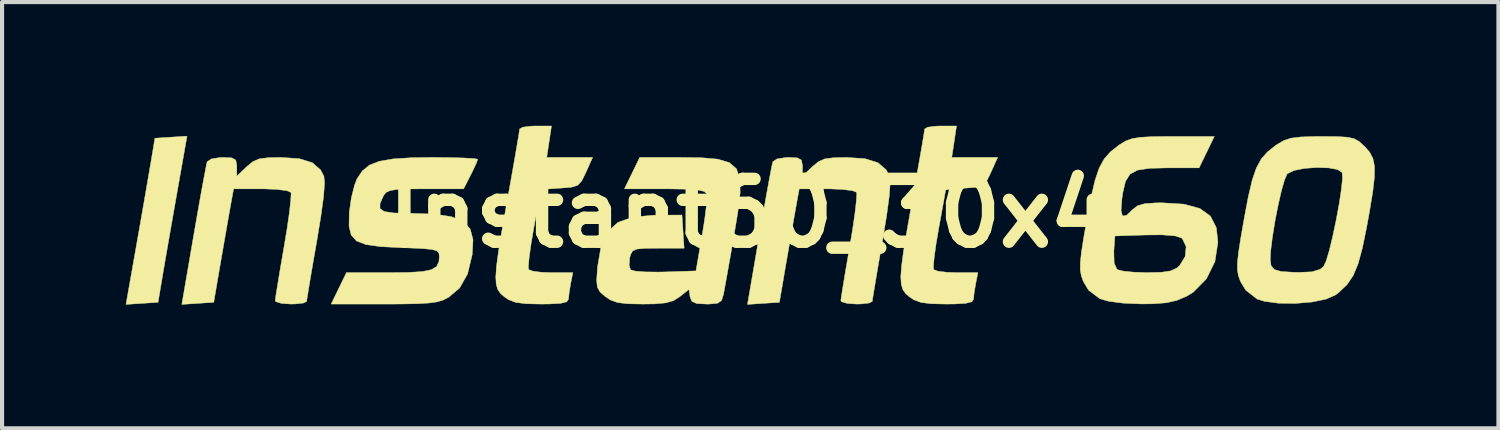
<source format=kicad_pcb>
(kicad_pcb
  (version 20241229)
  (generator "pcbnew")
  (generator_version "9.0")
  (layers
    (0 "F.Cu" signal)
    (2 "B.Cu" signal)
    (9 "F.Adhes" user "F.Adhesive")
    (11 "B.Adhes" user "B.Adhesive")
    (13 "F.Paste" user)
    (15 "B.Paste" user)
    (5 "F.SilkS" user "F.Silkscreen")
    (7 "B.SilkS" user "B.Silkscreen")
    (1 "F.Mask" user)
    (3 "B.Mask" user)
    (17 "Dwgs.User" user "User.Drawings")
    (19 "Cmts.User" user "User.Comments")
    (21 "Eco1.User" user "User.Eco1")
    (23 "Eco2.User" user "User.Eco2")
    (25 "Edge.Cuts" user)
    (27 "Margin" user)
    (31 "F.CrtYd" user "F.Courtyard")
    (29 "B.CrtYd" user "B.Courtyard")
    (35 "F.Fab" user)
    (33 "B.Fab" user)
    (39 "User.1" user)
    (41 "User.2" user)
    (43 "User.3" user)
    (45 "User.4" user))
  (footprint "Instant60_30x4"
    (layer "F.Cu")
    (at 15.138 2.122)
    (property "Reference" "Instant60_30x4" (at 0 0 0) (layer "F.SilkS") (effects (font (size 1.524 1.524) (thickness 0.3))))
    (attr through_hole)
    (fp_poly (pts (xy -13.897 -0.491) (xy -13.989 0.032) (xy -14.08 0.551) (xy -14.162 1.021) (xy -14.226 1.394) (xy -14.248 1.524) (xy -14.355 2.159) (xy -14.744 2.184) (xy -15.133 2.21) (xy -14.889 0.83) (xy -14.797 0.307) (xy -14.706 -0.213) (xy -14.625 -0.682) (xy -14.561 -1.055) (xy -14.538 -1.185) (xy -14.432 -1.82) (xy -14.042 -1.846) (xy -13.653 -1.871) (xy -13.897 -0.491)) (stroke (width 0.01) (type solid)) (fill yes) (layer "F.SilkS"))
    (fp_poly (pts (xy -4.873 -1.736) (xy -4.93 -1.355) (xy -3.818 -1.355) (xy -3.979 -0.995) (xy -4.079 -0.789) (xy -4.179 -0.679) (xy -4.336 -0.631) (xy -4.604 -0.61) (xy -4.61 -0.61) (xy -4.866 -0.592) (xy -5.037 -0.574) (xy -5.08 -0.562) (xy -5.094 -0.476) (xy -5.133 -0.257) (xy -5.19 0.059) (xy -5.248 0.375) (xy -5.312 0.752) (xy -5.356 1.068) (xy -5.376 1.285) (xy -5.37 1.365) (xy -5.267 1.404) (xy -5.047 1.431) (xy -4.81 1.439) (xy -4.297 1.439) (xy -4.35 1.704) (xy -4.387 1.928) (xy -4.403 2.085) (xy -4.445 2.146) (xy -4.589 2.183) (xy -4.862 2.199) (xy -5.069 2.201) (xy -5.435 2.193) (xy -5.68 2.161) (xy -5.854 2.096) (xy -5.958 2.026) (xy -6.051 1.944) (xy -6.117 1.85) (xy -6.156 1.723) (xy -6.166 1.541) (xy -6.148 1.284) (xy -6.101 0.93) (xy -6.024 0.457) (xy -5.915 -0.156) (xy -5.884 -0.331) (xy -5.793 -0.839) (xy -5.713 -1.291) (xy -5.65 -1.659) (xy -5.606 -1.918) (xy -5.588 -2.04) (xy -5.588 -2.045) (xy -5.512 -2.088) (xy -5.32 -2.113) (xy -5.202 -2.117) (xy -4.816 -2.117) (xy -4.873 -1.736)) (stroke (width 0.01) (type solid)) (fill yes) (layer "F.SilkS"))
    (fp_poly (pts (xy 4.949 -1.736) (xy 4.891 -1.355) (xy 6.003 -1.355) (xy 5.842 -0.995) (xy 5.742 -0.789) (xy 5.642 -0.679) (xy 5.486 -0.631) (xy 5.217 -0.61) (xy 5.211 -0.61) (xy 4.955 -0.592) (xy 4.784 -0.574) (xy 4.741 -0.562) (xy 4.727 -0.476) (xy 4.688 -0.257) (xy 4.631 0.059) (xy 4.573 0.375) (xy 4.509 0.752) (xy 4.465 1.068) (xy 4.446 1.285) (xy 4.451 1.365) (xy 4.554 1.404) (xy 4.775 1.431) (xy 5.011 1.439) (xy 5.524 1.439) (xy 5.472 1.704) (xy 5.434 1.928) (xy 5.419 2.085) (xy 5.376 2.146) (xy 5.232 2.183) (xy 4.96 2.199) (xy 4.753 2.201) (xy 4.387 2.193) (xy 4.141 2.161) (xy 3.968 2.096) (xy 3.864 2.026) (xy 3.771 1.944) (xy 3.705 1.85) (xy 3.666 1.723) (xy 3.655 1.541) (xy 3.673 1.284) (xy 3.72 0.93) (xy 3.798 0.457) (xy 3.906 -0.156) (xy 3.937 -0.331) (xy 4.028 -0.839) (xy 4.108 -1.291) (xy 4.172 -1.659) (xy 4.215 -1.918) (xy 4.233 -2.04) (xy 4.233 -2.045) (xy 4.309 -2.088) (xy 4.501 -2.113) (xy 4.62 -2.117) (xy 5.006 -2.117) (xy 4.949 -1.736)) (stroke (width 0.01) (type solid)) (fill yes) (layer "F.SilkS"))
    (fp_poly (pts (xy -10.931 -1.325) (xy -10.617 -1.228) (xy -10.415 -1.054) (xy -10.333 -0.898) (xy -10.318 -0.727) (xy -10.343 -0.401) (xy -10.407 0.071) (xy -10.507 0.68) (xy -10.507 0.681) (xy -10.589 1.148) (xy -10.659 1.556) (xy -10.712 1.876) (xy -10.745 2.08) (xy -10.753 2.138) (xy -10.828 2.176) (xy -11.02 2.198) (xy -11.134 2.201) (xy -11.361 2.185) (xy -11.497 2.144) (xy -11.515 2.12) (xy -11.501 2.012) (xy -11.462 1.769) (xy -11.405 1.422) (xy -11.333 1.003) (xy -11.299 0.806) (xy -11.226 0.366) (xy -11.171 -0.016) (xy -11.138 -0.309) (xy -11.129 -0.481) (xy -11.135 -0.51) (xy -11.238 -0.549) (xy -11.466 -0.578) (xy -11.774 -0.592) (xy -11.854 -0.593) (xy -12.523 -0.593) (xy -12.574 -0.318) (xy -12.608 -0.13) (xy -12.663 0.182) (xy -12.732 0.577) (xy -12.808 1.014) (xy -12.816 1.058) (xy -13.005 2.159) (xy -13.392 2.184) (xy -13.779 2.21) (xy -13.491 0.533) (xy -13.401 0.016) (xy -13.319 -0.447) (xy -13.249 -0.829) (xy -13.197 -1.102) (xy -13.168 -1.241) (xy -13.166 -1.249) (xy -13.062 -1.319) (xy -12.846 -1.353) (xy -12.787 -1.355) (xy -12.569 -1.344) (xy -12.471 -1.291) (xy -12.446 -1.163) (xy -12.446 -1.127) (xy -12.446 -0.9) (xy -12.209 -1.127) (xy -12.061 -1.25) (xy -11.906 -1.319) (xy -11.687 -1.348) (xy -11.381 -1.355) (xy -10.931 -1.325)) (stroke (width 0.01) (type solid)) (fill yes) (layer "F.SilkS"))
    (fp_poly (pts (xy 2.785 -1.325) (xy 3.099 -1.228) (xy 3.301 -1.054) (xy 3.383 -0.898) (xy 3.398 -0.727) (xy 3.373 -0.401) (xy 3.309 0.071) (xy 3.209 0.68) (xy 3.209 0.681) (xy 3.127 1.148) (xy 3.057 1.556) (xy 3.004 1.876) (xy 2.971 2.08) (xy 2.963 2.138) (xy 2.888 2.176) (xy 2.696 2.198) (xy 2.582 2.201) (xy 2.355 2.185) (xy 2.219 2.144) (xy 2.201 2.12) (xy 2.215 2.012) (xy 2.254 1.769) (xy 2.311 1.422) (xy 2.383 1.003) (xy 2.417 0.806) (xy 2.49 0.366) (xy 2.545 -0.016) (xy 2.578 -0.309) (xy 2.587 -0.481) (xy 2.581 -0.51) (xy 2.478 -0.549) (xy 2.25 -0.578) (xy 1.942 -0.592) (xy 1.862 -0.593) (xy 1.193 -0.593) (xy 1.142 -0.318) (xy 1.108 -0.13) (xy 1.053 0.182) (xy 0.984 0.577) (xy 0.908 1.014) (xy 0.9 1.058) (xy 0.711 2.159) (xy 0.324 2.184) (xy -0.063 2.21) (xy 0.225 0.533) (xy 0.315 0.016) (xy 0.397 -0.447) (xy 0.467 -0.829) (xy 0.519 -1.102) (xy 0.548 -1.241) (xy 0.55 -1.249) (xy 0.654 -1.319) (xy 0.87 -1.353) (xy 0.929 -1.355) (xy 1.147 -1.344) (xy 1.245 -1.291) (xy 1.27 -1.163) (xy 1.27 -1.127) (xy 1.27 -0.9) (xy 1.507 -1.127) (xy 1.655 -1.25) (xy 1.81 -1.319) (xy 2.029 -1.348) (xy 2.335 -1.355) (xy 2.785 -1.325)) (stroke (width 0.01) (type solid)) (fill yes) (layer "F.SilkS"))
    (fp_poly (pts (xy -7.297 -1.351) (xy -6.956 -1.342) (xy -6.716 -1.329) (xy -6.607 -1.312) (xy -6.604 -1.309) (xy -6.639 -1.212) (xy -6.728 -1.022) (xy -6.775 -0.928) (xy -6.946 -0.593) (xy -7.873 -0.593) (xy -8.285 -0.59) (xy -8.56 -0.578) (xy -8.73 -0.551) (xy -8.828 -0.505) (xy -8.884 -0.434) (xy -8.887 -0.429) (xy -8.973 -0.239) (xy -8.974 -0.114) (xy -8.869 -0.042) (xy -8.638 -0.008) (xy -8.259 0.000439) (xy -8.234 0.000472) (xy -7.663 0.019) (xy -7.243 0.082) (xy -6.956 0.199) (xy -6.786 0.381) (xy -6.718 0.64) (xy -6.736 0.987) (xy -6.739 1.006) (xy -6.851 1.473) (xy -7.043 1.811) (xy -7.307 2.035) (xy -7.431 2.1) (xy -7.579 2.146) (xy -7.78 2.175) (xy -8.066 2.192) (xy -8.466 2.2) (xy -8.868 2.201) (xy -10.158 2.201) (xy -9.788 1.439) (xy -8.763 1.439) (xy -8.28 1.434) (xy -7.942 1.412) (xy -7.723 1.366) (xy -7.599 1.288) (xy -7.545 1.171) (xy -7.535 1.051) (xy -7.544 0.969) (xy -7.59 0.914) (xy -7.704 0.879) (xy -7.913 0.857) (xy -8.249 0.841) (xy -8.459 0.834) (xy -8.959 0.808) (xy -9.313 0.759) (xy -9.543 0.671) (xy -9.672 0.528) (xy -9.724 0.315) (xy -9.72 0.015) (xy -9.715 -0.046) (xy -9.668 -0.378) (xy -9.59 -0.685) (xy -9.531 -0.836) (xy -9.403 -1.027) (xy -9.231 -1.167) (xy -8.988 -1.262) (xy -8.649 -1.32) (xy -8.187 -1.349) (xy -7.707 -1.355) (xy -7.297 -1.351)) (stroke (width 0.01) (type solid)) (fill yes) (layer "F.SilkS"))
    (fp_poly (pts (xy -1.186 -1.348) (xy -0.784 -1.313) (xy -0.504 -1.23) (xy -0.33 -1.08) (xy -0.247 -0.841) (xy -0.241 -0.494) (xy -0.298 -0.018) (xy -0.383 0.494) (xy -0.462 0.951) (xy -0.536 1.367) (xy -0.596 1.702) (xy -0.636 1.922) (xy -0.645 1.968) (xy -0.691 2.115) (xy -0.788 2.182) (xy -0.989 2.201) (xy -1.059 2.201) (xy -1.296 2.188) (xy -1.413 2.134) (xy -1.455 2.024) (xy -1.482 1.846) (xy -1.707 2.024) (xy -1.856 2.118) (xy -2.042 2.172) (xy -2.311 2.197) (xy -2.605 2.201) (xy -2.969 2.194) (xy -3.214 2.164) (xy -3.387 2.101) (xy -3.513 2.017) (xy -3.639 1.907) (xy -3.703 1.795) (xy -3.72 1.629) (xy -3.702 1.356) (xy -3.696 1.286) (xy -3.613 0.798) (xy -3.454 0.448) (xy -3.201 0.218) (xy -2.833 0.09) (xy -2.33 0.046) (xy -2.295 0.046) (xy -1.651 0.042) (xy -1.625 0.445) (xy -1.599 0.847) (xy -2.23 0.847) (xy -2.553 0.85) (xy -2.745 0.868) (xy -2.847 0.913) (xy -2.896 0.999) (xy -2.917 1.071) (xy -2.933 1.262) (xy -2.897 1.37) (xy -2.783 1.402) (xy -2.543 1.421) (xy -2.221 1.425) (xy -2.067 1.422) (xy -1.312 1.397) (xy -1.16 0.518) (xy -1.1 0.142) (xy -1.06 -0.177) (xy -1.045 -0.399) (xy -1.051 -0.477) (xy -1.114 -0.53) (xy -1.269 -0.565) (xy -1.54 -0.585) (xy -1.952 -0.592) (xy -2.071 -0.593) (xy -3.046 -0.593) (xy -2.676 -1.355) (xy -1.723 -1.355) (xy -1.186 -1.348)) (stroke (width 0.01) (type solid)) (fill yes) (layer "F.SilkS"))
    (fp_poly (pts (xy 10.888 -1.101) (xy 10.114 -1.101) (xy 9.686 -1.091) (xy 9.396 -1.047) (xy 9.212 -0.948) (xy 9.103 -0.773) (xy 9.039 -0.501) (xy 9.018 -0.36) (xy 8.996 -0.07) (xy 9.03 0.065) (xy 9.127 0.05) (xy 9.271 -0.085) (xy 9.392 -0.181) (xy 9.567 -0.233) (xy 9.845 -0.253) (xy 9.991 -0.254) (xy 10.521 -0.222) (xy 10.907 -0.117) (xy 11.163 0.068) (xy 11.305 0.346) (xy 11.345 0.699) (xy 11.272 1.172) (xy 11.066 1.59) (xy 10.749 1.912) (xy 10.587 2.011) (xy 10.348 2.112) (xy 10.095 2.17) (xy 9.77 2.195) (xy 9.486 2.198) (xy 9.056 2.18) (xy 8.7 2.134) (xy 8.485 2.074) (xy 8.207 1.864) (xy 8.08 1.651) (xy 8.033 1.519) (xy 8.008 1.381) (xy 8.008 1.203) (xy 8.034 0.955) (xy 8.039 0.923) (xy 8.821 0.923) (xy 8.829 1.212) (xy 8.9 1.362) (xy 8.906 1.366) (xy 9.041 1.401) (xy 9.294 1.427) (xy 9.609 1.438) (xy 9.631 1.438) (xy 9.975 1.43) (xy 10.198 1.397) (xy 10.345 1.329) (xy 10.414 1.27) (xy 10.55 1.049) (xy 10.574 0.809) (xy 10.482 0.615) (xy 10.465 0.6) (xy 10.306 0.548) (xy 9.996 0.523) (xy 9.597 0.526) (xy 8.848 0.55) (xy 8.821 0.923) (xy 8.039 0.923) (xy 8.088 0.604) (xy 8.168 0.146) (xy 8.27 -0.397) (xy 8.365 -0.801) (xy 8.466 -1.098) (xy 8.586 -1.318) (xy 8.739 -1.491) (xy 8.938 -1.648) (xy 8.974 -1.672) (xy 9.111 -1.755) (xy 9.26 -1.809) (xy 9.456 -1.842) (xy 9.739 -1.858) (xy 10.145 -1.863) (xy 10.256 -1.863) (xy 11.258 -1.863) (xy 10.888 -1.101)) (stroke (width 0.01) (type solid)) (fill yes) (layer "F.SilkS"))
    (fp_poly (pts (xy 14.238 -1.86) (xy 14.487 -1.845) (xy 14.651 -1.808) (xy 14.773 -1.739) (xy 14.895 -1.628) (xy 14.908 -1.615) (xy 15.026 -1.479) (xy 15.104 -1.328) (xy 15.142 -1.137) (xy 15.14 -0.879) (xy 15.1 -0.526) (xy 15.022 -0.052) (xy 14.954 0.322) (xy 14.848 0.842) (xy 14.743 1.227) (xy 14.624 1.512) (xy 14.476 1.729) (xy 14.282 1.914) (xy 14.2 1.978) (xy 13.966 2.082) (xy 13.621 2.152) (xy 13.219 2.186) (xy 12.817 2.181) (xy 12.468 2.134) (xy 12.295 2.079) (xy 12.018 1.864) (xy 11.89 1.651) (xy 11.843 1.519) (xy 11.818 1.381) (xy 11.818 1.203) (xy 11.827 1.115) (xy 12.614 1.115) (xy 12.633 1.269) (xy 12.709 1.362) (xy 12.876 1.411) (xy 13.167 1.43) (xy 13.301 1.433) (xy 13.623 1.419) (xy 13.823 1.358) (xy 13.907 1.291) (xy 13.97 1.155) (xy 14.048 0.894) (xy 14.131 0.548) (xy 14.213 0.16) (xy 14.285 -0.229) (xy 14.338 -0.578) (xy 14.365 -0.845) (xy 14.357 -0.988) (xy 14.248 -1.061) (xy 14.026 -1.101) (xy 13.741 -1.11) (xy 13.446 -1.089) (xy 13.193 -1.039) (xy 13.033 -0.963) (xy 13.023 -0.953) (xy 12.961 -0.813) (xy 12.885 -0.549) (xy 12.806 -0.203) (xy 12.73 0.182) (xy 12.668 0.563) (xy 12.626 0.897) (xy 12.614 1.115) (xy 11.827 1.115) (xy 11.844 0.955) (xy 11.898 0.604) (xy 11.978 0.146) (xy 12.08 -0.397) (xy 12.175 -0.801) (xy 12.276 -1.098) (xy 12.396 -1.318) (xy 12.549 -1.491) (xy 12.748 -1.648) (xy 12.784 -1.672) (xy 12.942 -1.764) (xy 13.117 -1.822) (xy 13.353 -1.851) (xy 13.696 -1.862) (xy 13.862 -1.863) (xy 14.238 -1.86)) (stroke (width 0.01) (type solid)) (fill yes) (layer "F.SilkS")))
  (gr_rect
    (start -3 -3)
    (end 33.285 7.336)
    (stroke (width 0.1) (type default))
    (fill no)
    (layer "Edge.Cuts")))
</source>
